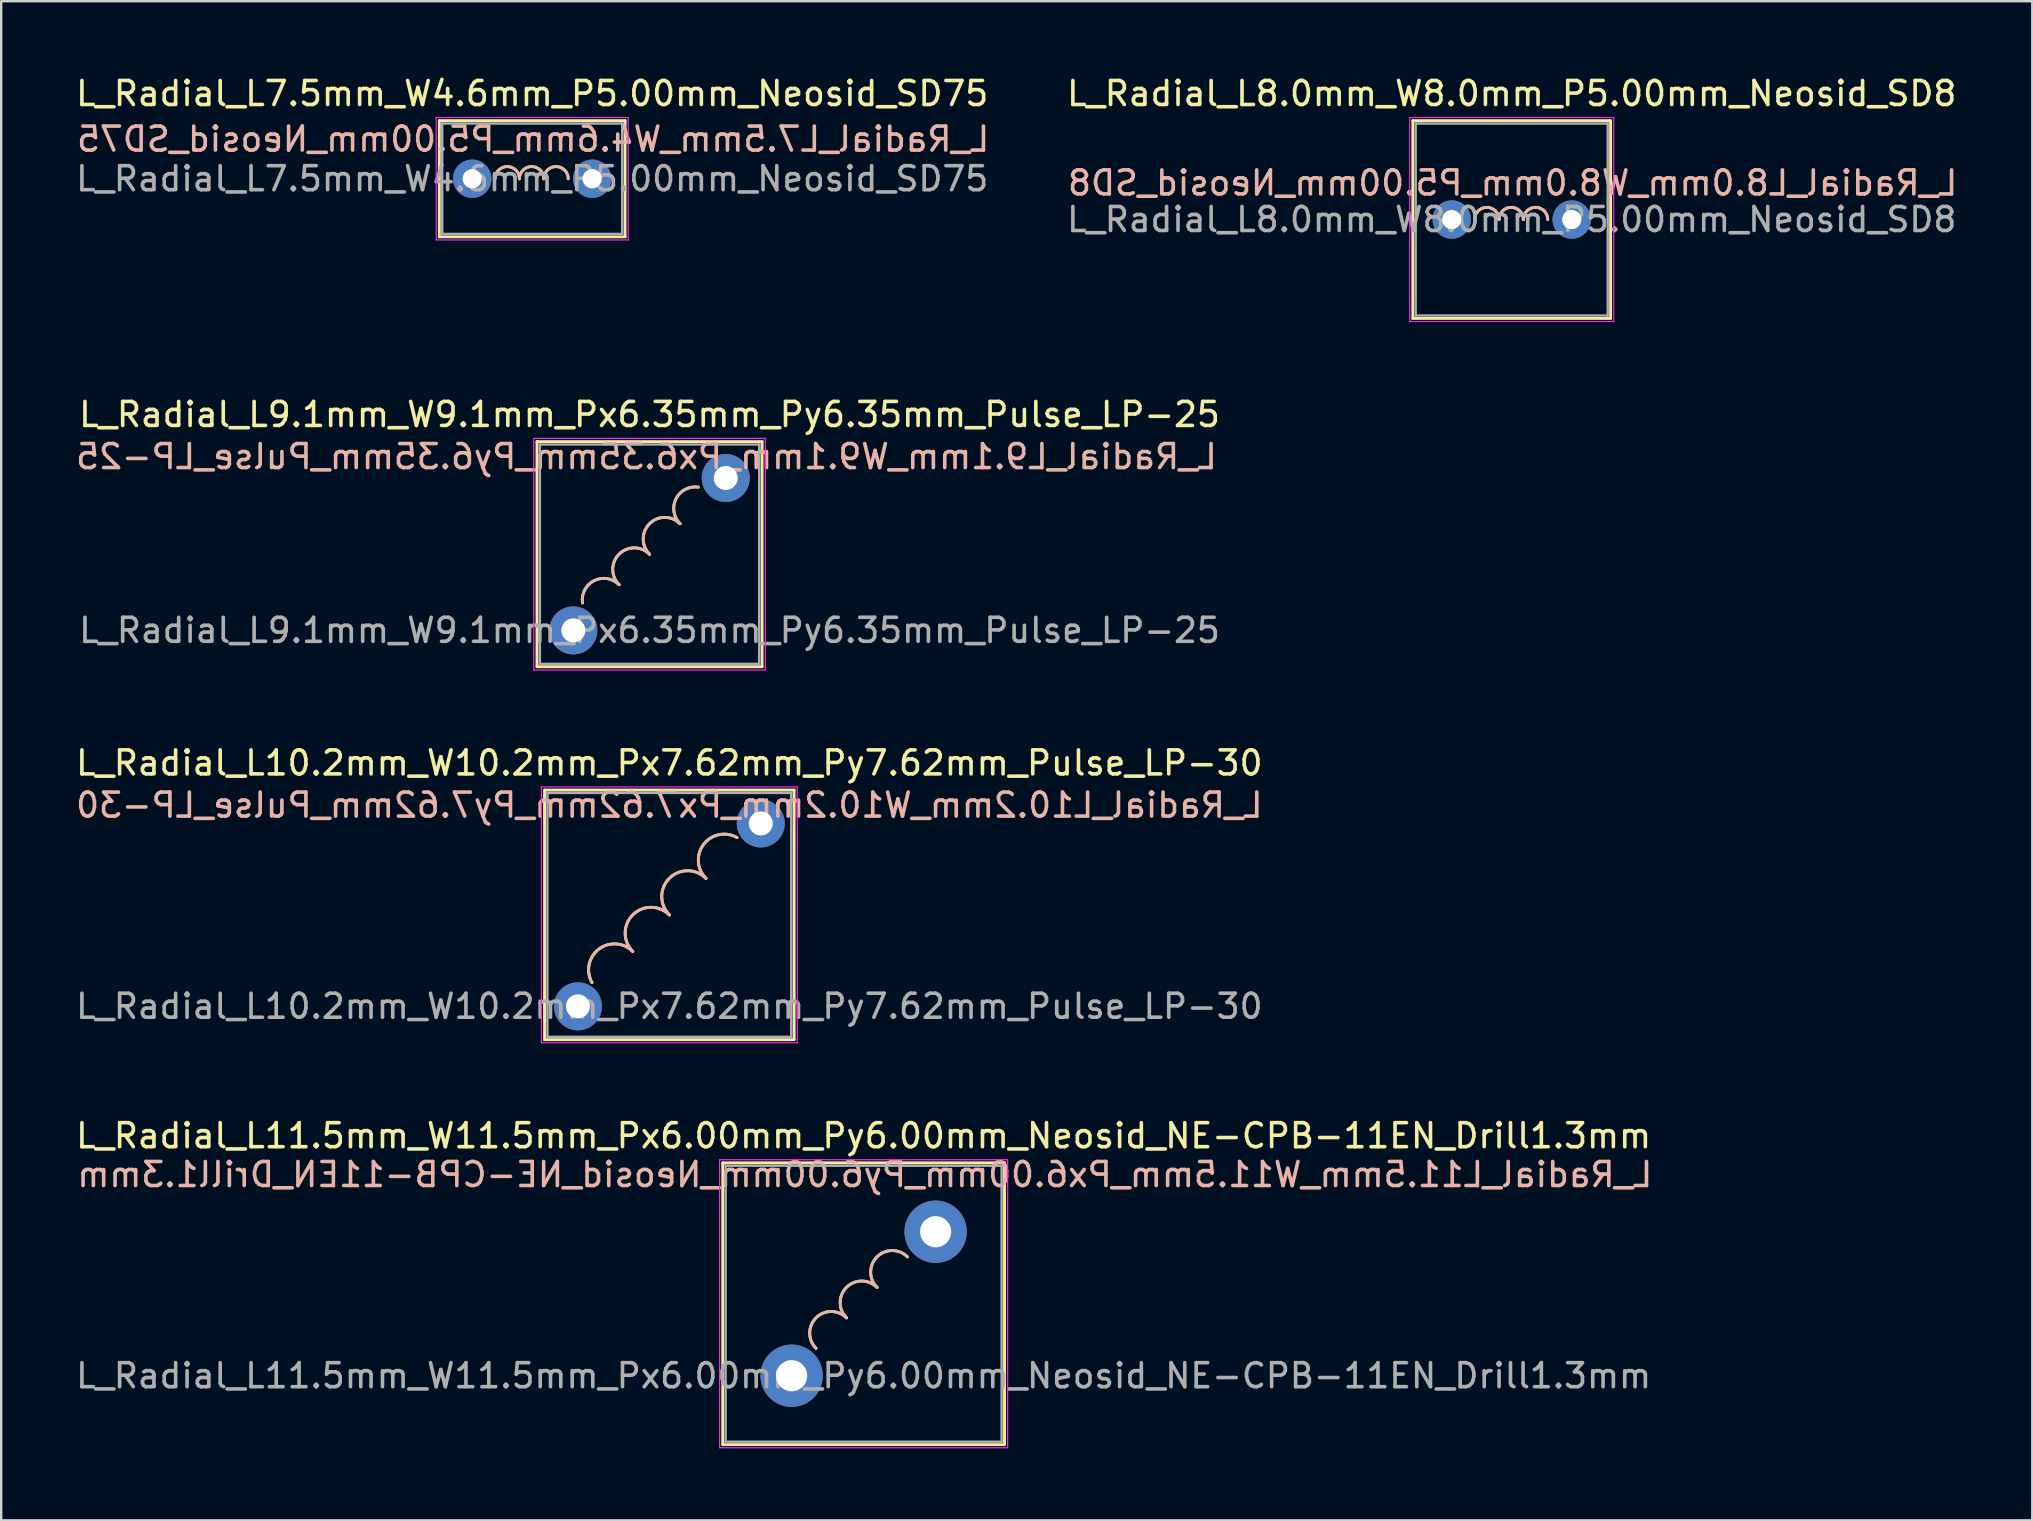
<source format=kicad_pcb>
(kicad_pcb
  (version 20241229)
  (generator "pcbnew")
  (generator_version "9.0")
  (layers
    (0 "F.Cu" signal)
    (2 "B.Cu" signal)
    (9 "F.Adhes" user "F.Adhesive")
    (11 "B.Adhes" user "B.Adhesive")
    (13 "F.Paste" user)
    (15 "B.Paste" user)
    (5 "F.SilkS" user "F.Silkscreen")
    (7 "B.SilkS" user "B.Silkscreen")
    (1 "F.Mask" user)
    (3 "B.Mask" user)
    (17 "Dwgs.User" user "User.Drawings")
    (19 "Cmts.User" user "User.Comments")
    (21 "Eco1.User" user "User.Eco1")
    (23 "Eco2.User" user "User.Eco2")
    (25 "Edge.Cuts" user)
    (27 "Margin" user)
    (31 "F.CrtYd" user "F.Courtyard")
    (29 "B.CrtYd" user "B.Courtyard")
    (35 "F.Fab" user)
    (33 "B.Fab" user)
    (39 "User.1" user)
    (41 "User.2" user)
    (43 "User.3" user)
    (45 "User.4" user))
  (footprint "L_Radial_L11.5mm_W11.5mm_Px6.00mm_Py6.00mm_Neosid_NE-CPB-11EN_Drill1.3mm"
    (layer "F.Cu")
    (at 29.935 54.273)
    (property "Reference" "L_Radial_L11.5mm_W11.5mm_Px6.00mm_Py6.00mm_Neosid_NE-CPB-11EN_Drill1.3mm" (at 3 -10 0) (layer "F.SilkS") (effects (font (size 1 1) (thickness 0.15))))
    (fp_line (start -2.87 -8.87) (end -2.87 2.87) (stroke (width 0.12) (type solid)) (layer "F.SilkS"))
    (fp_line (start -2.87 -8.87) (end 8.87 -8.87) (stroke (width 0.12) (type solid)) (layer "F.SilkS"))
    (fp_line (start -2.87 2.87) (end 8.87 2.87) (stroke (width 0.12) (type solid)) (layer "F.SilkS"))
    (fp_line (start 8.87 -8.87) (end 8.87 2.87) (stroke (width 0.12) (type solid)) (layer "F.SilkS"))
    (fp_arc (start 1.016 -1.143) (mid 1.016 -2.412998) (end 2.285998 -2.412998) (stroke (width 0.12) (type solid)) (layer "F.SilkS"))
    (fp_arc (start 2.286 -2.413) (mid 2.286 -3.682998) (end 3.555998 -3.682998) (stroke (width 0.12) (type solid)) (layer "F.SilkS"))
    (fp_arc (start 3.556 -3.683) (mid 3.556 -4.952998) (end 4.825998 -4.952998) (stroke (width 0.12) (type solid)) (layer "F.SilkS"))
    (fp_arc (start 1.016 -1.143) (mid 1.016 -2.412998) (end 2.285998 -2.412998) (stroke (width 0.12) (type solid)) (layer "B.SilkS"))
    (fp_arc (start 2.286 -2.413) (mid 2.286 -3.682998) (end 3.555998 -3.682998) (stroke (width 0.12) (type solid)) (layer "B.SilkS"))
    (fp_arc (start 3.556 -3.683) (mid 3.556 -4.952998) (end 4.825998 -4.952998) (stroke (width 0.12) (type solid)) (layer "B.SilkS"))
    (fp_line (start -3 -9) (end -3 3) (stroke (width 0.05) (type solid)) (layer "F.CrtYd"))
    (fp_line (start -3 3) (end 9 3) (stroke (width 0.05) (type solid)) (layer "F.CrtYd"))
    (fp_line (start 9 -9) (end -3 -9) (stroke (width 0.05) (type solid)) (layer "F.CrtYd"))
    (fp_line (start 9 3) (end 9 -9) (stroke (width 0.05) (type solid)) (layer "F.CrtYd"))
    (fp_line (start -2.75 -8.75) (end -2.75 2.75) (stroke (width 0.1) (type solid)) (layer "F.Fab"))
    (fp_line (start -2.75 2.75) (end 8.75 2.75) (stroke (width 0.1) (type solid)) (layer "F.Fab"))
    (fp_line (start 8.75 -8.75) (end -2.75 -8.75) (stroke (width 0.1) (type solid)) (layer "F.Fab"))
    (fp_line (start 8.75 2.75) (end 8.75 -8.75) (stroke (width 0.1) (type solid)) (layer "F.Fab"))
    (fp_text user "${REFERENCE}" (at 3.048 -8.382 0) (layer "B.SilkS") (effects (font (size 1 1) (thickness 0.15)) (justify mirror)))
    (fp_text user "${REFERENCE}" (at 3 0 0) (layer "F.Fab") (effects (font (size 1 1) (thickness 0.15))))
    (pad "1" thru_hole circle (at 0 0) (size 2.6 2.6) (drill 1.3) (layers "*.Cu" "*.Mask"))
    (pad "2" thru_hole circle (at 6 -6) (size 2.6 2.6) (drill 1.3) (layers "*.Cu" "*.Mask")))
  (footprint "L_Radial_L9.1mm_W9.1mm_Px6.35mm_Py6.35mm_Pulse_LP-25"
    (layer "F.Cu")
    (at 20.839 23.216)
    (property "Reference" "L_Radial_L9.1mm_W9.1mm_Px6.35mm_Py6.35mm_Pulse_LP-25" (at 3.175 -8.995 0) (layer "F.SilkS") (effects (font (size 1 1) (thickness 0.15))))
    (fp_line (start -1.515 -7.865) (end -1.515 1.515) (stroke (width 0.12) (type solid)) (layer "F.SilkS"))
    (fp_line (start -1.515 -7.865) (end 7.865 -7.865) (stroke (width 0.12) (type solid)) (layer "F.SilkS"))
    (fp_line (start -1.515 1.515) (end 7.865 1.515) (stroke (width 0.12) (type solid)) (layer "F.SilkS"))
    (fp_line (start 7.865 -7.865) (end 7.865 1.515) (stroke (width 0.12) (type solid)) (layer "F.SilkS"))
    (fp_arc (start 0.381001 -1.143) (mid 0.868391 -2.073218) (end 1.904999 -1.904999) (stroke (width 0.12) (type solid)) (layer "F.SilkS"))
    (fp_arc (start 1.905001 -1.905001) (mid 1.905001 -3.174999) (end 3.174999 -3.174999) (stroke (width 0.12) (type solid)) (layer "F.SilkS"))
    (fp_arc (start 3.175001 -3.175001) (mid 3.175001 -4.444999) (end 4.444999 -4.444999) (stroke (width 0.12) (type solid)) (layer "F.SilkS"))
    (fp_arc (start 4.445001 -4.445001) (mid 4.276783 -5.481609) (end 5.207 -5.968999) (stroke (width 0.12) (type solid)) (layer "F.SilkS"))
    (fp_arc (start 0.380999 -1.143) (mid 0.868466 -2.073066) (end 1.904999 -1.904999) (stroke (width 0.12) (type solid)) (layer "B.SilkS"))
    (fp_arc (start 1.905001 -1.905001) (mid 1.905001 -3.174999) (end 3.174999 -3.174999) (stroke (width 0.12) (type solid)) (layer "B.SilkS"))
    (fp_arc (start 3.175001 -3.175001) (mid 3.175001 -4.444999) (end 4.444999 -4.444999) (stroke (width 0.12) (type solid)) (layer "B.SilkS"))
    (fp_arc (start 4.445001 -4.445001) (mid 4.276935 -5.481531) (end 5.206998 -5.968996) (stroke (width 0.12) (type solid)) (layer "B.SilkS"))
    (fp_line (start -1.65 -8) (end -1.65 1.65) (stroke (width 0.05) (type solid)) (layer "F.CrtYd"))
    (fp_line (start -1.65 1.65) (end 8 1.65) (stroke (width 0.05) (type solid)) (layer "F.CrtYd"))
    (fp_line (start 8 -8) (end -1.65 -8) (stroke (width 0.05) (type solid)) (layer "F.CrtYd"))
    (fp_line (start 8 1.65) (end 8 -8) (stroke (width 0.05) (type solid)) (layer "F.CrtYd"))
    (fp_line (start -1.395 -7.745) (end -1.395 1.395) (stroke (width 0.1) (type solid)) (layer "F.Fab"))
    (fp_line (start -1.395 1.395) (end 7.745 1.395) (stroke (width 0.1) (type solid)) (layer "F.Fab"))
    (fp_line (start 7.745 -7.745) (end -1.395 -7.745) (stroke (width 0.1) (type solid)) (layer "F.Fab"))
    (fp_line (start 7.745 1.395) (end 7.745 -7.745) (stroke (width 0.1) (type solid)) (layer "F.Fab"))
    (fp_text user "${REFERENCE}" (at 3.048 -7.239 0) (layer "B.SilkS") (effects (font (size 1 1) (thickness 0.15)) (justify mirror)))
    (fp_text user "${REFERENCE}" (at 3.175 0 0) (layer "F.Fab") (effects (font (size 1 1) (thickness 0.15))))
    (pad "1" thru_hole circle (at 0 0) (size 2 2) (drill 1) (layers "*.Cu" "*.Mask"))
    (pad "2" thru_hole circle (at 6.35 -6.35) (size 2 2) (drill 1) (layers "*.Cu" "*.Mask")))
  (footprint "L_Radial_L10.2mm_W10.2mm_Px7.62mm_Py7.62mm_Pulse_LP-30"
    (layer "F.Cu")
    (at 21.029 38.88)
    (property "Reference" "L_Radial_L10.2mm_W10.2mm_Px7.62mm_Py7.62mm_Pulse_LP-30" (at 3.81 -10.14 0) (layer "F.SilkS") (effects (font (size 1 1) (thickness 0.15))))
    (fp_line (start -1.39 -9.01) (end -1.39 1.39) (stroke (width 0.12) (type solid)) (layer "F.SilkS"))
    (fp_line (start -1.39 -9.01) (end 9.01 -9.01) (stroke (width 0.12) (type solid)) (layer "F.SilkS"))
    (fp_line (start -1.39 1.39) (end 9.01 1.39) (stroke (width 0.12) (type solid)) (layer "F.SilkS"))
    (fp_line (start 9.01 -9.01) (end 9.01 1.39) (stroke (width 0.12) (type solid)) (layer "F.SilkS"))
    (fp_arc (start 0.588353 -0.989345) (mid 0.869884 -2.380402) (end 2.286001 -2.286001) (stroke (width 0.12) (type solid)) (layer "F.SilkS"))
    (fp_arc (start 2.285999 -2.285999) (mid 2.285999 -3.810001) (end 3.810001 -3.810001) (stroke (width 0.12) (type solid)) (layer "F.SilkS"))
    (fp_arc (start 3.809999 -3.809999) (mid 3.809999 -5.334001) (end 5.334001 -5.334001) (stroke (width 0.12) (type solid)) (layer "F.SilkS"))
    (fp_arc (start 5.334001 -5.334001) (mid 5.239601 -6.750114) (end 6.630654 -7.031644) (stroke (width 0.12) (type solid)) (layer "F.SilkS"))
    (fp_arc (start 0.588352 -0.989346) (mid 0.870108 -2.380109) (end 2.286001 -2.286001) (stroke (width 0.12) (type solid)) (layer "B.SilkS"))
    (fp_arc (start 2.285999 -2.285999) (mid 2.285999 -3.810001) (end 3.810001 -3.810001) (stroke (width 0.12) (type solid)) (layer "B.SilkS"))
    (fp_arc (start 3.809999 -3.809999) (mid 3.809999 -5.334001) (end 5.334001 -5.334001) (stroke (width 0.12) (type solid)) (layer "B.SilkS"))
    (fp_arc (start 5.334001 -5.334001) (mid 5.239895 -6.749888) (end 6.630653 -7.031641) (stroke (width 0.12) (type solid)) (layer "B.SilkS"))
    (fp_line (start -1.52 -9.14) (end -1.52 1.52) (stroke (width 0.05) (type solid)) (layer "F.CrtYd"))
    (fp_line (start -1.52 1.52) (end 9.14 1.52) (stroke (width 0.05) (type solid)) (layer "F.CrtYd"))
    (fp_line (start 9.14 -9.14) (end -1.52 -9.14) (stroke (width 0.05) (type solid)) (layer "F.CrtYd"))
    (fp_line (start 9.14 1.52) (end 9.14 -9.14) (stroke (width 0.05) (type solid)) (layer "F.CrtYd"))
    (fp_line (start -1.27 -8.89) (end -1.27 1.27) (stroke (width 0.1) (type solid)) (layer "F.Fab"))
    (fp_line (start -1.27 1.27) (end 8.89 1.27) (stroke (width 0.1) (type solid)) (layer "F.Fab"))
    (fp_line (start 8.89 -8.89) (end -1.27 -8.89) (stroke (width 0.1) (type solid)) (layer "F.Fab"))
    (fp_line (start 8.89 1.27) (end 8.89 -8.89) (stroke (width 0.1) (type solid)) (layer "F.Fab"))
    (fp_text user "${REFERENCE}" (at 3.81 -8.382 0) (layer "B.SilkS") (effects (font (size 1 1) (thickness 0.15)) (justify mirror)))
    (fp_text user "${REFERENCE}" (at 3.81 0 0) (layer "F.Fab") (effects (font (size 1 1) (thickness 0.15))))
    (pad "1" thru_hole circle (at 0 0) (size 2 2) (drill 1) (layers "*.Cu" "*.Mask"))
    (pad "2" thru_hole circle (at 7.62 -7.62) (size 2 2) (drill 1) (layers "*.Cu" "*.Mask")))
  (footprint "L_Radial_L7.5mm_W4.6mm_P5.00mm_Neosid_SD75"
    (layer "F.Cu")
    (at 16.625 4.398)
    (property "Reference" "L_Radial_L7.5mm_W4.6mm_P5.00mm_Neosid_SD75" (at 2.5 -3.55 0) (layer "F.SilkS") (effects (font (size 1 1) (thickness 0.15))))
    (fp_line (start -1.37 -2.42) (end -1.37 2.42) (stroke (width 0.12) (type solid)) (layer "F.SilkS"))
    (fp_line (start -1.37 -2.42) (end 6.37 -2.42) (stroke (width 0.12) (type solid)) (layer "F.SilkS"))
    (fp_line (start -1.37 2.42) (end 6.37 2.42) (stroke (width 0.12) (type solid)) (layer "F.SilkS"))
    (fp_line (start 6.37 -2.42) (end 6.37 2.42) (stroke (width 0.12) (type solid)) (layer "F.SilkS"))
    (fp_arc (start 0.9525 0) (mid 1.4605 -0.508) (end 1.9685 0) (stroke (width 0.12) (type solid)) (layer "F.SilkS"))
    (fp_arc (start 1.9685 0) (mid 2.4765 -0.508) (end 2.9845 0) (stroke (width 0.12) (type solid)) (layer "F.SilkS"))
    (fp_arc (start 2.9845 0) (mid 3.4925 -0.508) (end 4.0005 0) (stroke (width 0.12) (type solid)) (layer "F.SilkS"))
    (fp_arc (start 0.9525 0) (mid 1.4605 -0.508) (end 1.9685 0) (stroke (width 0.12) (type solid)) (layer "B.SilkS"))
    (fp_arc (start 1.9685 0) (mid 2.4765 -0.508) (end 2.9845 0) (stroke (width 0.12) (type solid)) (layer "B.SilkS"))
    (fp_arc (start 2.9845 0) (mid 3.4925 -0.508) (end 4.0005 0) (stroke (width 0.12) (type solid)) (layer "B.SilkS"))
    (fp_line (start -1.5 -2.55) (end -1.5 2.55) (stroke (width 0.05) (type solid)) (layer "F.CrtYd"))
    (fp_line (start -1.5 2.55) (end 6.5 2.55) (stroke (width 0.05) (type solid)) (layer "F.CrtYd"))
    (fp_line (start 6.5 -2.55) (end -1.5 -2.55) (stroke (width 0.05) (type solid)) (layer "F.CrtYd"))
    (fp_line (start 6.5 2.55) (end 6.5 -2.55) (stroke (width 0.05) (type solid)) (layer "F.CrtYd"))
    (fp_line (start -1.25 -2.3) (end -1.25 2.3) (stroke (width 0.1) (type solid)) (layer "F.Fab"))
    (fp_line (start -1.25 2.3) (end 6.25 2.3) (stroke (width 0.1) (type solid)) (layer "F.Fab"))
    (fp_line (start 6.25 -2.3) (end -1.25 -2.3) (stroke (width 0.1) (type solid)) (layer "F.Fab"))
    (fp_line (start 6.25 2.3) (end 6.25 -2.3) (stroke (width 0.1) (type solid)) (layer "F.Fab"))
    (fp_text user "${REFERENCE}" (at 2.54 -1.651 0) (layer "B.SilkS") (effects (font (size 1 1) (thickness 0.15)) (justify mirror)))
    (fp_text user "${REFERENCE}" (at 2.5 0 0) (layer "F.Fab") (effects (font (size 1 1) (thickness 0.15))))
    (pad "1" thru_hole circle (at 0 0) (size 1.6 1.6) (drill 0.8) (layers "*.Cu" "*.Mask"))
    (pad "2" thru_hole circle (at 5 0) (size 1.6 1.6) (drill 0.8) (layers "*.Cu" "*.Mask")))
  (footprint "L_Radial_L8.0mm_W8.0mm_P5.00mm_Neosid_SD8"
    (layer "F.Cu")
    (at 57.439 6.098)
    (property "Reference" "L_Radial_L8.0mm_W8.0mm_P5.00mm_Neosid_SD8" (at 2.5 -5.25 0) (layer "F.SilkS") (effects (font (size 1 1) (thickness 0.15))))
    (fp_line (start -1.62 -4.12) (end -1.62 4.12) (stroke (width 0.12) (type solid)) (layer "F.SilkS"))
    (fp_line (start -1.62 -4.12) (end 6.62 -4.12) (stroke (width 0.12) (type solid)) (layer "F.SilkS"))
    (fp_line (start -1.62 4.12) (end 6.62 4.12) (stroke (width 0.12) (type solid)) (layer "F.SilkS"))
    (fp_line (start 6.62 -4.12) (end 6.62 4.12) (stroke (width 0.12) (type solid)) (layer "F.SilkS"))
    (fp_arc (start 0.9525 0) (mid 1.4605 -0.508) (end 1.9685 0) (stroke (width 0.12) (type solid)) (layer "F.SilkS"))
    (fp_arc (start 1.9685 0) (mid 2.4765 -0.508) (end 2.9845 0) (stroke (width 0.12) (type solid)) (layer "F.SilkS"))
    (fp_arc (start 2.9845 0) (mid 3.4925 -0.508) (end 4.0005 0) (stroke (width 0.12) (type solid)) (layer "F.SilkS"))
    (fp_arc (start 0.9525 0) (mid 1.4605 -0.508) (end 1.9685 0) (stroke (width 0.12) (type solid)) (layer "B.SilkS"))
    (fp_arc (start 1.9685 0) (mid 2.4765 -0.508) (end 2.9845 0) (stroke (width 0.12) (type solid)) (layer "B.SilkS"))
    (fp_arc (start 2.9845 0) (mid 3.4925 -0.508) (end 4.0005 0) (stroke (width 0.12) (type solid)) (layer "B.SilkS"))
    (fp_line (start -1.75 -4.25) (end -1.75 4.25) (stroke (width 0.05) (type solid)) (layer "F.CrtYd"))
    (fp_line (start -1.75 4.25) (end 6.75 4.25) (stroke (width 0.05) (type solid)) (layer "F.CrtYd"))
    (fp_line (start 6.75 -4.25) (end -1.75 -4.25) (stroke (width 0.05) (type solid)) (layer "F.CrtYd"))
    (fp_line (start 6.75 4.25) (end 6.75 -4.25) (stroke (width 0.05) (type solid)) (layer "F.CrtYd"))
    (fp_line (start -1.5 -4) (end -1.5 4) (stroke (width 0.1) (type solid)) (layer "F.Fab"))
    (fp_line (start -1.5 4) (end 6.5 4) (stroke (width 0.1) (type solid)) (layer "F.Fab"))
    (fp_line (start 6.5 -4) (end -1.5 -4) (stroke (width 0.1) (type solid)) (layer "F.Fab"))
    (fp_line (start 6.5 4) (end 6.5 -4) (stroke (width 0.1) (type solid)) (layer "F.Fab"))
    (fp_text user "${REFERENCE}" (at 2.54 -1.524 0) (layer "B.SilkS") (effects (font (size 1 1) (thickness 0.15)) (justify mirror)))
    (fp_text user "${REFERENCE}" (at 2.5 0 0) (layer "F.Fab") (effects (font (size 1 1) (thickness 0.15))))
    (pad "1" thru_hole circle (at 0 0) (size 1.6 1.6) (drill 0.8) (layers "*.Cu" "*.Mask"))
    (pad "2" thru_hole circle (at 5 0) (size 1.6 1.6) (drill 0.8) (layers "*.Cu" "*.Mask")))
  (gr_rect
    (start -3 -3)
    (end 81.628 60.298)
    (stroke (width 0.1) (type default))
    (fill no)
    (layer "Edge.Cuts")))
</source>
